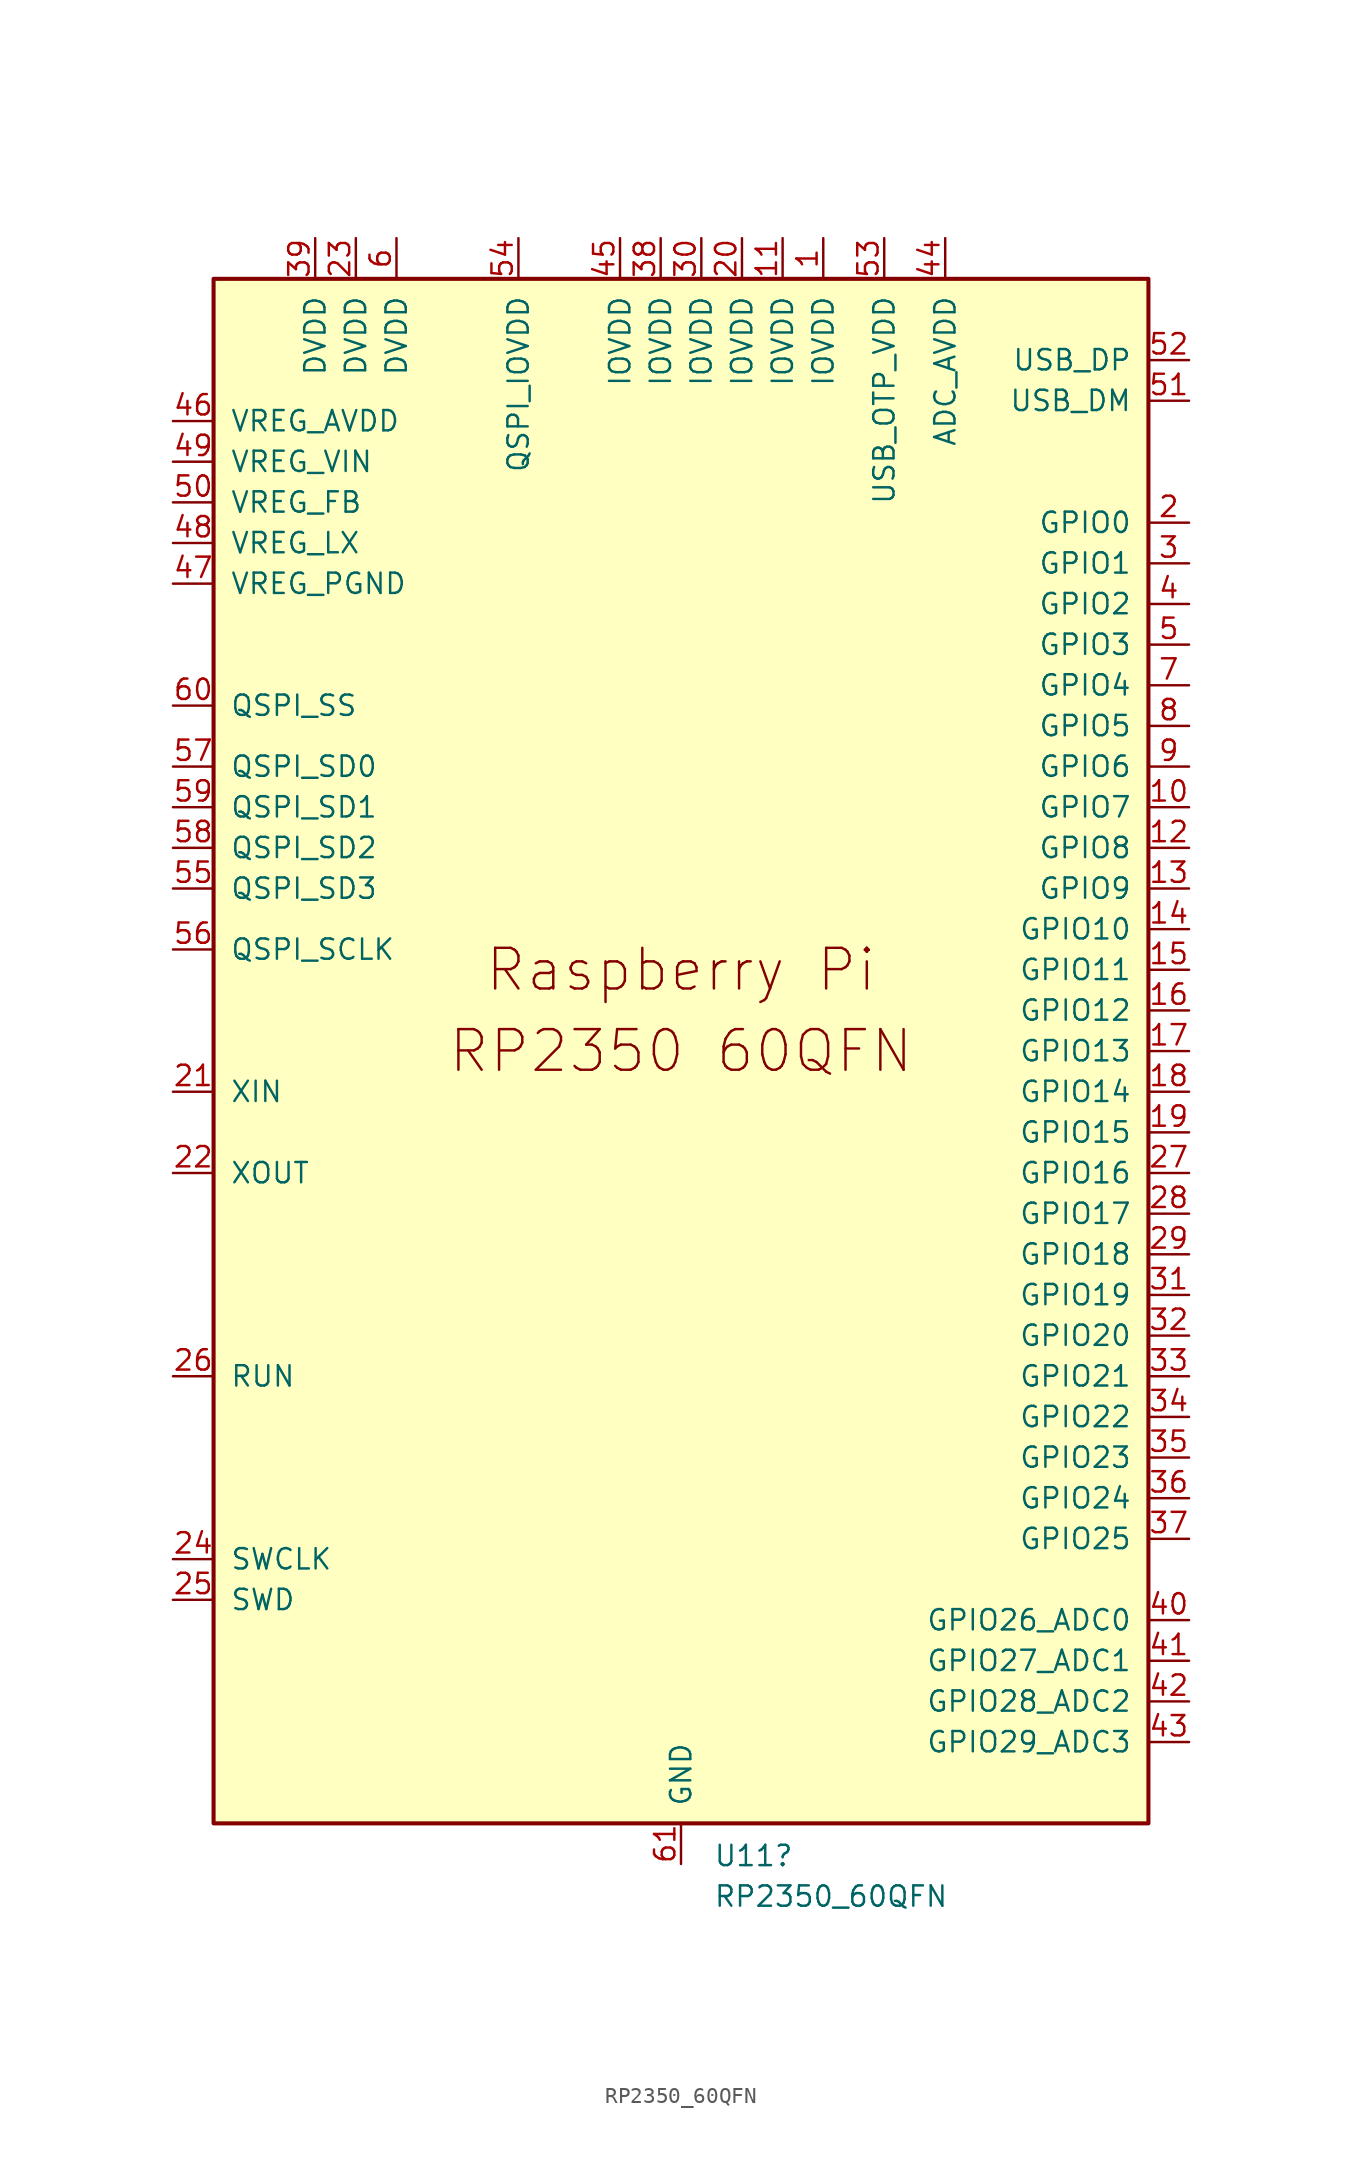
<source format=kicad_sym>
(kicad_symbol_lib
  (version 20220914)
  (generator kicad_symbol_editor)
  (symbol "RP2350_60QFN"
    (pin_names
      (offset 1.016))
    (property "Reference" "U11"
      (at 2.019 -50.29 0)
      (effects (font (size 1.27 1.27)) (justify left)))
    (property "Value" "RP2350_60QFN"
      (at 2.019 -52.827 0)
      (effects (font (size 1.27 1.27)) (justify left)))
    (symbol "RP2350_60QFN_0_0"
      (text "Raspberry Pi" (at 0 5.08 0) (effects (font (size 2.54 2.54))))
      (text "RP2350 60QFN" (at 0 0 0) (effects (font (size 2.54 2.54)))))
    (symbol "RP2350_60QFN_0_1"
      (rectangle (start 29.21 48.26) (end -29.21 -48.26) (stroke (width 0.254) (type default)) (fill (type background))))
    (symbol "RP2350_60QFN_1_1"
      (pin power_in line (at 8.89 50.8 270) (length 2.54) (name "IOVDD" (effects (font (size 1.27 1.27)))) (number "1" (effects (font (size 1.27 1.27)))))
      (pin bidirectional line (at 31.75 15.24 180) (length 2.54) (name "GPIO7" (effects (font (size 1.27 1.27)))) (number "10" (effects (font (size 1.27 1.27)))))
      (pin power_in line (at 6.35 50.8 270) (length 2.54) (name "IOVDD" (effects (font (size 1.27 1.27)))) (number "11" (effects (font (size 1.27 1.27)))))
      (pin bidirectional line (at 31.75 12.7 180) (length 2.54) (name "GPIO8" (effects (font (size 1.27 1.27)))) (number "12" (effects (font (size 1.27 1.27)))))
      (pin bidirectional line (at 31.75 10.16 180) (length 2.54) (name "GPIO9" (effects (font (size 1.27 1.27)))) (number "13" (effects (font (size 1.27 1.27)))))
      (pin bidirectional line (at 31.75 7.62 180) (length 2.54) (name "GPIO10" (effects (font (size 1.27 1.27)))) (number "14" (effects (font (size 1.27 1.27)))))
      (pin bidirectional line (at 31.75 5.08 180) (length 2.54) (name "GPIO11" (effects (font (size 1.27 1.27)))) (number "15" (effects (font (size 1.27 1.27)))))
      (pin bidirectional line (at 31.75 2.54 180) (length 2.54) (name "GPIO12" (effects (font (size 1.27 1.27)))) (number "16" (effects (font (size 1.27 1.27)))))
      (pin bidirectional line (at 31.75 0 180) (length 2.54) (name "GPIO13" (effects (font (size 1.27 1.27)))) (number "17" (effects (font (size 1.27 1.27)))))
      (pin bidirectional line (at 31.75 -2.54 180) (length 2.54) (name "GPIO14" (effects (font (size 1.27 1.27)))) (number "18" (effects (font (size 1.27 1.27)))))
      (pin bidirectional line (at 31.75 -5.08 180) (length 2.54) (name "GPIO15" (effects (font (size 1.27 1.27)))) (number "19" (effects (font (size 1.27 1.27)))))
      (pin bidirectional line (at 31.75 33.02 180) (length 2.54) (name "GPIO0" (effects (font (size 1.27 1.27)))) (number "2" (effects (font (size 1.27 1.27)))))
      (pin power_in line (at 3.81 50.8 270) (length 2.54) (name "IOVDD" (effects (font (size 1.27 1.27)))) (number "20" (effects (font (size 1.27 1.27)))))
      (pin input line (at -31.75 -2.54 0) (length 2.54) (name "XIN" (effects (font (size 1.27 1.27)))) (number "21" (effects (font (size 1.27 1.27)))))
      (pin passive line (at -31.75 -7.62 0) (length 2.54) (name "XOUT" (effects (font (size 1.27 1.27)))) (number "22" (effects (font (size 1.27 1.27)))))
      (pin power_in line (at -20.32 50.8 270) (length 2.54) (name "DVDD" (effects (font (size 1.27 1.27)))) (number "23" (effects (font (size 1.27 1.27)))))
      (pin output line (at -31.75 -31.75 0) (length 2.54) (name "SWCLK" (effects (font (size 1.27 1.27)))) (number "24" (effects (font (size 1.27 1.27)))))
      (pin bidirectional line (at -31.75 -34.29 0) (length 2.54) (name "SWD" (effects (font (size 1.27 1.27)))) (number "25" (effects (font (size 1.27 1.27)))))
      (pin input line (at -31.75 -20.32 0) (length 2.54) (name "RUN" (effects (font (size 1.27 1.27)))) (number "26" (effects (font (size 1.27 1.27)))))
      (pin bidirectional line (at 31.75 -7.62 180) (length 2.54) (name "GPIO16" (effects (font (size 1.27 1.27)))) (number "27" (effects (font (size 1.27 1.27)))))
      (pin bidirectional line (at 31.75 -10.16 180) (length 2.54) (name "GPIO17" (effects (font (size 1.27 1.27)))) (number "28" (effects (font (size 1.27 1.27)))))
      (pin bidirectional line (at 31.75 -12.7 180) (length 2.54) (name "GPIO18" (effects (font (size 1.27 1.27)))) (number "29" (effects (font (size 1.27 1.27)))))
      (pin bidirectional line (at 31.75 30.48 180) (length 2.54) (name "GPIO1" (effects (font (size 1.27 1.27)))) (number "3" (effects (font (size 1.27 1.27)))))
      (pin power_in line (at 1.27 50.8 270) (length 2.54) (name "IOVDD" (effects (font (size 1.27 1.27)))) (number "30" (effects (font (size 1.27 1.27)))))
      (pin bidirectional line (at 31.75 -15.24 180) (length 2.54) (name "GPIO19" (effects (font (size 1.27 1.27)))) (number "31" (effects (font (size 1.27 1.27)))))
      (pin bidirectional line (at 31.75 -17.78 180) (length 2.54) (name "GPIO20" (effects (font (size 1.27 1.27)))) (number "32" (effects (font (size 1.27 1.27)))))
      (pin bidirectional line (at 31.75 -20.32 180) (length 2.54) (name "GPIO21" (effects (font (size 1.27 1.27)))) (number "33" (effects (font (size 1.27 1.27)))))
      (pin bidirectional line (at 31.75 -22.86 180) (length 2.54) (name "GPIO22" (effects (font (size 1.27 1.27)))) (number "34" (effects (font (size 1.27 1.27)))))
      (pin bidirectional line (at 31.75 -25.4 180) (length 2.54) (name "GPIO23" (effects (font (size 1.27 1.27)))) (number "35" (effects (font (size 1.27 1.27)))))
      (pin bidirectional line (at 31.75 -27.94 180) (length 2.54) (name "GPIO24" (effects (font (size 1.27 1.27)))) (number "36" (effects (font (size 1.27 1.27)))))
      (pin bidirectional line (at 31.75 -30.48 180) (length 2.54) (name "GPIO25" (effects (font (size 1.27 1.27)))) (number "37" (effects (font (size 1.27 1.27)))))
      (pin power_in line (at -1.27 50.8 270) (length 2.54) (name "IOVDD" (effects (font (size 1.27 1.27)))) (number "38" (effects (font (size 1.27 1.27)))))
      (pin power_in line (at -22.86 50.8 270) (length 2.54) (name "DVDD" (effects (font (size 1.27 1.27)))) (number "39" (effects (font (size 1.27 1.27)))))
      (pin bidirectional line (at 31.75 27.94 180) (length 2.54) (name "GPIO2" (effects (font (size 1.27 1.27)))) (number "4" (effects (font (size 1.27 1.27)))))
      (pin bidirectional line (at 31.75 -35.56 180) (length 2.54) (name "GPIO26_ADC0" (effects (font (size 1.27 1.27)))) (number "40" (effects (font (size 1.27 1.27)))))
      (pin bidirectional line (at 31.75 -38.1 180) (length 2.54) (name "GPIO27_ADC1" (effects (font (size 1.27 1.27)))) (number "41" (effects (font (size 1.27 1.27)))))
      (pin bidirectional line (at 31.75 -40.64 180) (length 2.54) (name "GPIO28_ADC2" (effects (font (size 1.27 1.27)))) (number "42" (effects (font (size 1.27 1.27)))))
      (pin bidirectional line (at 31.75 -43.18 180) (length 2.54) (name "GPIO29_ADC3" (effects (font (size 1.27 1.27)))) (number "43" (effects (font (size 1.27 1.27)))))
      (pin power_in line (at 16.51 50.8 270) (length 2.54) (name "ADC_AVDD" (effects (font (size 1.27 1.27)))) (number "44" (effects (font (size 1.27 1.27)))))
      (pin power_in line (at -3.81 50.8 270) (length 2.54) (name "IOVDD" (effects (font (size 1.27 1.27)))) (number "45" (effects (font (size 1.27 1.27)))))
      (pin power_in line (at -31.75 39.37 0) (length 2.54) (name "VREG_AVDD" (effects (font (size 1.27 1.27)))) (number "46" (effects (font (size 1.27 1.27)))))
      (pin power_in line (at -31.75 29.21 0) (length 2.54) (name "VREG_PGND" (effects (font (size 1.27 1.27)))) (number "47" (effects (font (size 1.27 1.27)))))
      (pin power_out line (at -31.75 31.75 0) (length 2.54) (name "VREG_LX" (effects (font (size 1.27 1.27)))) (number "48" (effects (font (size 1.27 1.27)))))
      (pin power_in line (at -31.75 36.83 0) (length 2.54) (name "VREG_VIN" (effects (font (size 1.27 1.27)))) (number "49" (effects (font (size 1.27 1.27)))))
      (pin bidirectional line (at 31.75 25.4 180) (length 2.54) (name "GPIO3" (effects (font (size 1.27 1.27)))) (number "5" (effects (font (size 1.27 1.27)))))
      (pin input line (at -31.75 34.29 0) (length 2.54) (name "VREG_FB" (effects (font (size 1.27 1.27)))) (number "50" (effects (font (size 1.27 1.27)))))
      (pin bidirectional line (at 31.75 40.64 180) (length 2.54) (name "USB_DM" (effects (font (size 1.27 1.27)))) (number "51" (effects (font (size 1.27 1.27)))))
      (pin bidirectional line (at 31.75 43.18 180) (length 2.54) (name "USB_DP" (effects (font (size 1.27 1.27)))) (number "52" (effects (font (size 1.27 1.27)))))
      (pin power_in line (at 12.7 50.8 270) (length 2.54) (name "USB_OTP_VDD" (effects (font (size 1.27 1.27)))) (number "53" (effects (font (size 1.27 1.27)))))
      (pin power_in line (at -10.16 50.8 270) (length 2.54) (name "QSPI_IOVDD" (effects (font (size 1.27 1.27)))) (number "54" (effects (font (size 1.27 1.27)))))
      (pin bidirectional line (at -31.75 10.16 0) (length 2.54) (name "QSPI_SD3" (effects (font (size 1.27 1.27)))) (number "55" (effects (font (size 1.27 1.27)))))
      (pin output line (at -31.75 6.35 0) (length 2.54) (name "QSPI_SCLK" (effects (font (size 1.27 1.27)))) (number "56" (effects (font (size 1.27 1.27)))))
      (pin bidirectional line (at -31.75 17.78 0) (length 2.54) (name "QSPI_SD0" (effects (font (size 1.27 1.27)))) (number "57" (effects (font (size 1.27 1.27)))))
      (pin bidirectional line (at -31.75 12.7 0) (length 2.54) (name "QSPI_SD2" (effects (font (size 1.27 1.27)))) (number "58" (effects (font (size 1.27 1.27)))))
      (pin bidirectional line (at -31.75 15.24 0) (length 2.54) (name "QSPI_SD1" (effects (font (size 1.27 1.27)))) (number "59" (effects (font (size 1.27 1.27)))))
      (pin power_in line (at -17.78 50.8 270) (length 2.54) (name "DVDD" (effects (font (size 1.27 1.27)))) (number "6" (effects (font (size 1.27 1.27)))))
      (pin bidirectional line (at -31.75 21.59 0) (length 2.54) (name "QSPI_SS" (effects (font (size 1.27 1.27)))) (number "60" (effects (font (size 1.27 1.27)))))
      (pin power_in line (at 0 -50.8 90) (length 2.54) (name "GND" (effects (font (size 1.27 1.27)))) (number "61" (effects (font (size 1.27 1.27)))))
      (pin bidirectional line (at 31.75 22.86 180) (length 2.54) (name "GPIO4" (effects (font (size 1.27 1.27)))) (number "7" (effects (font (size 1.27 1.27)))))
      (pin bidirectional line (at 31.75 20.32 180) (length 2.54) (name "GPIO5" (effects (font (size 1.27 1.27)))) (number "8" (effects (font (size 1.27 1.27)))))
      (pin bidirectional line (at 31.75 17.78 180) (length 2.54) (name "GPIO6" (effects (font (size 1.27 1.27)))) (number "9" (effects (font (size 1.27 1.27))))))))
</source>
